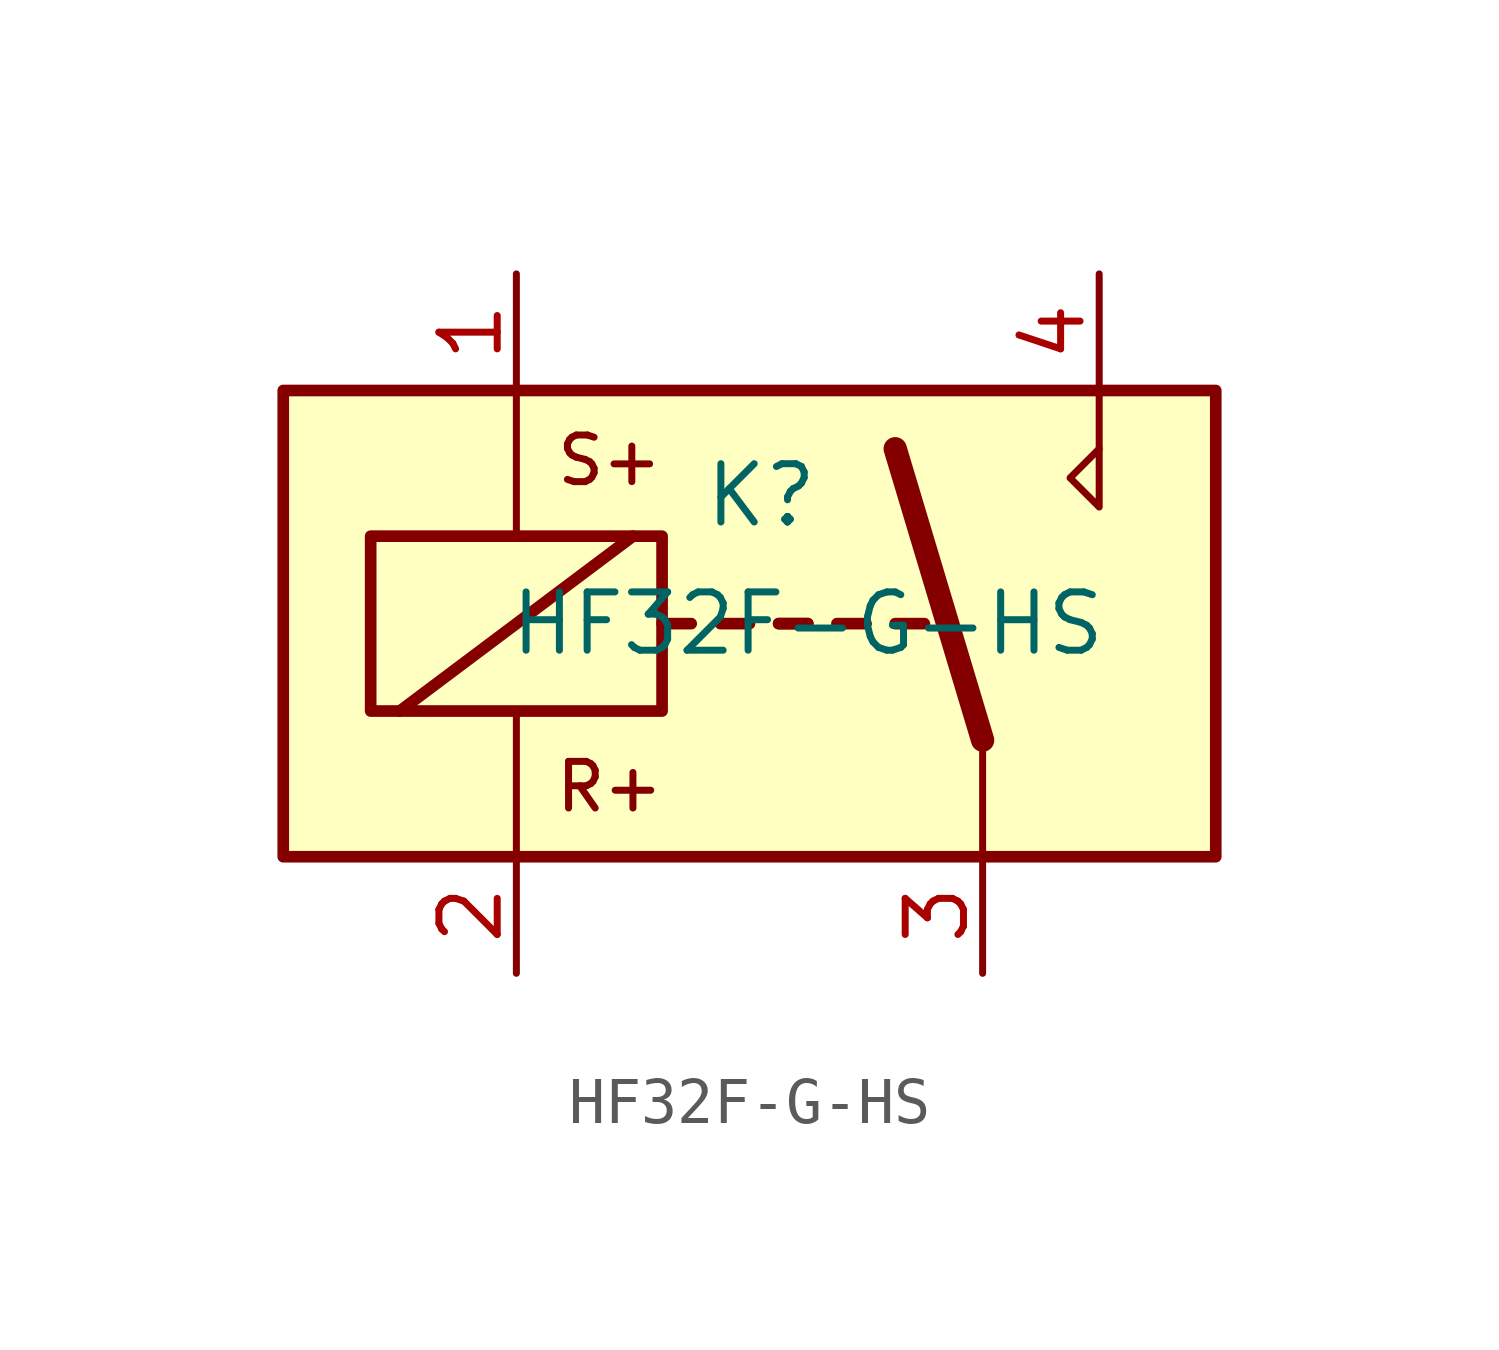
<source format=kicad_sym>
(kicad_symbol_lib
  (version 20241209)
  (generator "kicad_symbol_editor")
  (generator_version "9.0")
  (symbol "HF32F-G-HS"
    (property "Reference" "K"
      (at -1.016 2.794 0)
      (effects (font (size 1.27 1.27))))
    (property "Value" "HF32F-G-HS"
      (at 0 0 0)
      (effects (font (size 1.27 1.27))))
    (symbol "HF32F-G-HS_1_1"
      (rectangle (start -11.43 5.08) (end 8.89 -5.08) (stroke (width 0.254) (type default)) (fill (type background)))
      (rectangle (start -9.525 1.905) (end -3.175 -1.905) (stroke (width 0.254) (type default)) (fill (type none)))
      (polyline (pts (xy -8.89 -1.905) (xy -3.81 1.905)) (stroke (width 0.254) (type default)) (fill (type none)))
      (polyline (pts (xy -6.35 5.08) (xy -6.35 1.905)) (stroke (width 0) (type default)) (fill (type none)))
      (polyline (pts (xy -6.35 -5.08) (xy -6.35 -1.905)) (stroke (width 0) (type default)) (fill (type none)))
      (polyline (pts (xy -3.175 0) (xy -2.54 0)) (stroke (width 0.254) (type default)) (fill (type none)))
      (polyline (pts (xy -1.905 0) (xy -1.27 0)) (stroke (width 0.254) (type default)) (fill (type none)))
      (polyline (pts (xy -0.635 0) (xy 0 0)) (stroke (width 0.254) (type default)) (fill (type none)))
      (polyline (pts (xy -0.635 0) (xy 0 0)) (stroke (width 0.254) (type default)) (fill (type none)))
      (polyline (pts (xy 0.635 0) (xy 1.27 0)) (stroke (width 0.254) (type default)) (fill (type none)))
      (polyline (pts (xy 1.905 0) (xy 2.54 0)) (stroke (width 0.254) (type default)) (fill (type none)))
      (polyline (pts (xy 3.81 -2.54) (xy 3.81 -5.08)) (stroke (width 0) (type default)) (fill (type none)))
      (polyline (pts (xy 3.81 -2.54) (xy 1.905 3.81)) (stroke (width 0.508) (type default)) (fill (type none)))
      (polyline (pts (xy 6.35 3.81) (xy 6.35 5.08)) (stroke (width 0) (type default)) (fill (type none)))
      (polyline (pts (xy 6.35 3.81) (xy 6.35 2.54) (xy 5.715 3.175) (xy 6.35 3.81)) (stroke (width 0) (type default)) (fill (type none)))
      (text "S+" (at -4.318 3.556 0) (effects (font (size 1.016 1.016))))
      (text "R+" (at -4.318 -3.556 0) (effects (font (size 1.016 1.016))))
      (pin passive line (at -6.35 7.62 270) (length 2.54) (name "~" (effects (font (size 1.27 1.27)))) (number "1" (effects (font (size 1.27 1.27)))))
      (pin passive line (at -6.35 -7.62 90) (length 2.54) (name "~" (effects (font (size 1.27 1.27)))) (number "2" (effects (font (size 1.27 1.27)))))
      (pin passive line (at 3.81 -7.62 90) (length 2.54) (name "~" (effects (font (size 1.27 1.27)))) (number "3" (effects (font (size 1.27 1.27)))))
      (pin passive line (at 6.35 7.62 270) (length 2.54) (name "~" (effects (font (size 1.27 1.27)))) (number "4" (effects (font (size 1.27 1.27))))))))
</source>
